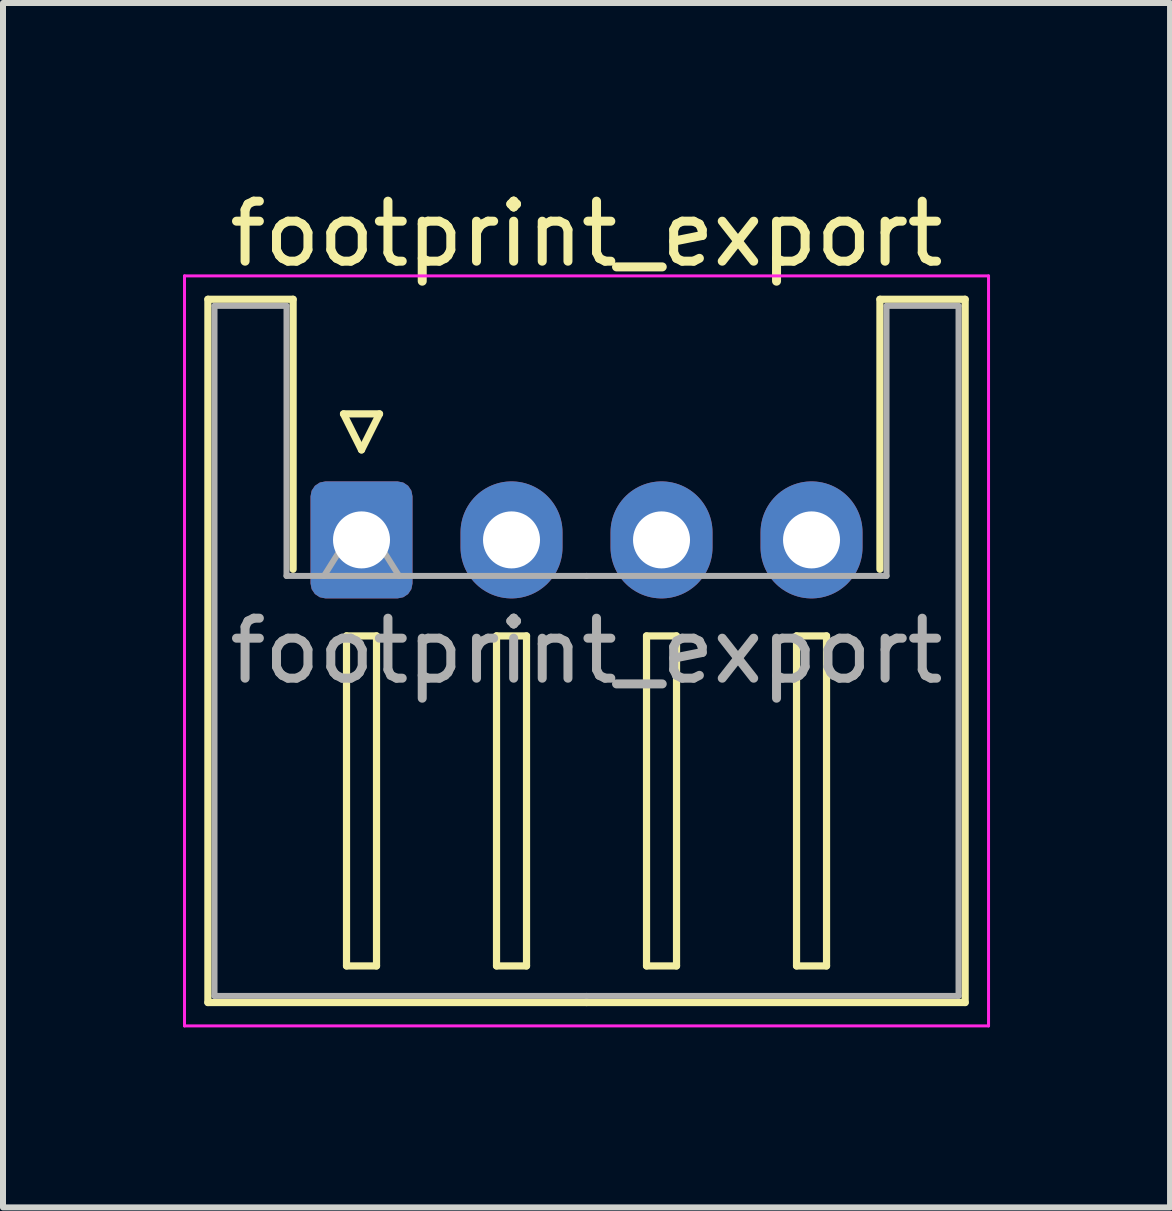
<source format=kicad_pcb>
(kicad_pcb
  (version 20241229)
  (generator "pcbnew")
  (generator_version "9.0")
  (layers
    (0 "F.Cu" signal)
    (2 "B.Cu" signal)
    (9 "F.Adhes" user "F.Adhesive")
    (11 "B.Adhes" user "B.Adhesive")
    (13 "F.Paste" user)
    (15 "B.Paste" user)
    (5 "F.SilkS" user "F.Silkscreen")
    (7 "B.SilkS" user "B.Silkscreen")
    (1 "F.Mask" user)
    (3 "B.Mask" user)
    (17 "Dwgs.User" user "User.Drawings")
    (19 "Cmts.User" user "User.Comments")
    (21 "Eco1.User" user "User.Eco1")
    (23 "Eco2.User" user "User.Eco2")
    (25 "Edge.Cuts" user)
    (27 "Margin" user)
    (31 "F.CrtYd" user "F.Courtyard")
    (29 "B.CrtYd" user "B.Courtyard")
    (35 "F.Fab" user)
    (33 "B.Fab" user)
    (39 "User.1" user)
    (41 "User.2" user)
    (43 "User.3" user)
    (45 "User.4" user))
  (footprint "footprint_export"
    (layer "F.Cu")
    (at 2.975 5.948)
    (property "Reference" "footprint_export" (at 3.75 -5.1 0) (layer "F.SilkS") (effects (font (size 1 1) (thickness 0.15))))
    (attr through_hole)
    (fp_line (start -2.56 -4.01) (end -1.14 -4.01) (stroke (width 0.12) (type solid)) (layer "F.SilkS"))
    (fp_line (start -2.56 7.71) (end -2.56 -4.01) (stroke (width 0.12) (type solid)) (layer "F.SilkS"))
    (fp_line (start -1.14 -4.01) (end -1.14 0.49) (stroke (width 0.12) (type solid)) (layer "F.SilkS"))
    (fp_line (start -0.3 -2.1) (end 0.3 -2.1) (stroke (width 0.12) (type solid)) (layer "F.SilkS"))
    (fp_line (start -0.25 1.6) (end -0.25 7.1) (stroke (width 0.12) (type solid)) (layer "F.SilkS"))
    (fp_line (start -0.25 7.1) (end 0.25 7.1) (stroke (width 0.12) (type solid)) (layer "F.SilkS"))
    (fp_line (start 0 -1.5) (end -0.3 -2.1) (stroke (width 0.12) (type solid)) (layer "F.SilkS"))
    (fp_line (start 0.25 1.6) (end -0.25 1.6) (stroke (width 0.12) (type solid)) (layer "F.SilkS"))
    (fp_line (start 0.25 7.1) (end 0.25 1.6) (stroke (width 0.12) (type solid)) (layer "F.SilkS"))
    (fp_line (start 0.3 -2.1) (end 0 -1.5) (stroke (width 0.12) (type solid)) (layer "F.SilkS"))
    (fp_line (start 2.25 1.6) (end 2.25 7.1) (stroke (width 0.12) (type solid)) (layer "F.SilkS"))
    (fp_line (start 2.25 7.1) (end 2.75 7.1) (stroke (width 0.12) (type solid)) (layer "F.SilkS"))
    (fp_line (start 2.75 1.6) (end 2.25 1.6) (stroke (width 0.12) (type solid)) (layer "F.SilkS"))
    (fp_line (start 2.75 7.1) (end 2.75 1.6) (stroke (width 0.12) (type solid)) (layer "F.SilkS"))
    (fp_line (start 3.75 7.71) (end -2.56 7.71) (stroke (width 0.12) (type solid)) (layer "F.SilkS"))
    (fp_line (start 3.75 7.71) (end 10.06 7.71) (stroke (width 0.12) (type solid)) (layer "F.SilkS"))
    (fp_line (start 4.75 1.6) (end 4.75 7.1) (stroke (width 0.12) (type solid)) (layer "F.SilkS"))
    (fp_line (start 4.75 7.1) (end 5.25 7.1) (stroke (width 0.12) (type solid)) (layer "F.SilkS"))
    (fp_line (start 5.25 1.6) (end 4.75 1.6) (stroke (width 0.12) (type solid)) (layer "F.SilkS"))
    (fp_line (start 5.25 7.1) (end 5.25 1.6) (stroke (width 0.12) (type solid)) (layer "F.SilkS"))
    (fp_line (start 7.25 1.6) (end 7.25 7.1) (stroke (width 0.12) (type solid)) (layer "F.SilkS"))
    (fp_line (start 7.25 7.1) (end 7.75 7.1) (stroke (width 0.12) (type solid)) (layer "F.SilkS"))
    (fp_line (start 7.75 1.6) (end 7.25 1.6) (stroke (width 0.12) (type solid)) (layer "F.SilkS"))
    (fp_line (start 7.75 7.1) (end 7.75 1.6) (stroke (width 0.12) (type solid)) (layer "F.SilkS"))
    (fp_line (start 8.64 -4.01) (end 8.64 0.49) (stroke (width 0.12) (type solid)) (layer "F.SilkS"))
    (fp_line (start 10.06 -4.01) (end 8.64 -4.01) (stroke (width 0.12) (type solid)) (layer "F.SilkS"))
    (fp_line (start 10.06 7.71) (end 10.06 -4.01) (stroke (width 0.12) (type solid)) (layer "F.SilkS"))
    (fp_line (start -2.95 -4.4) (end -2.95 8.1) (stroke (width 0.05) (type solid)) (layer "F.CrtYd"))
    (fp_line (start -2.95 8.1) (end 10.45 8.1) (stroke (width 0.05) (type solid)) (layer "F.CrtYd"))
    (fp_line (start 10.45 -4.4) (end -2.95 -4.4) (stroke (width 0.05) (type solid)) (layer "F.CrtYd"))
    (fp_line (start 10.45 8.1) (end 10.45 -4.4) (stroke (width 0.05) (type solid)) (layer "F.CrtYd"))
    (fp_line (start -2.45 -3.9) (end -1.25 -3.9) (stroke (width 0.1) (type solid)) (layer "F.Fab"))
    (fp_line (start -2.45 7.6) (end -2.45 -3.9) (stroke (width 0.1) (type solid)) (layer "F.Fab"))
    (fp_line (start -1.25 -3.9) (end -1.25 0.6) (stroke (width 0.1) (type solid)) (layer "F.Fab"))
    (fp_line (start -1.25 0.6) (end 3.75 0.6) (stroke (width 0.1) (type solid)) (layer "F.Fab"))
    (fp_line (start -0.625 0.6) (end 0 -0.4) (stroke (width 0.1) (type solid)) (layer "F.Fab"))
    (fp_line (start 0 -0.4) (end 0.625 0.6) (stroke (width 0.1) (type solid)) (layer "F.Fab"))
    (fp_line (start 3.75 7.6) (end -2.45 7.6) (stroke (width 0.1) (type solid)) (layer "F.Fab"))
    (fp_line (start 3.75 7.6) (end 9.95 7.6) (stroke (width 0.1) (type solid)) (layer "F.Fab"))
    (fp_line (start 8.75 -3.9) (end 8.75 0.6) (stroke (width 0.1) (type solid)) (layer "F.Fab"))
    (fp_line (start 8.75 0.6) (end 3.75 0.6) (stroke (width 0.1) (type solid)) (layer "F.Fab"))
    (fp_line (start 9.95 -3.9) (end 8.75 -3.9) (stroke (width 0.1) (type solid)) (layer "F.Fab"))
    (fp_line (start 9.95 7.6) (end 9.95 -3.9) (stroke (width 0.1) (type solid)) (layer "F.Fab"))
    (fp_text user "${REFERENCE}" (at 3.75 1.85 0) (layer "F.Fab") (effects (font (size 1 1) (thickness 0.15))))
    (pad "1" thru_hole roundrect (at 0 0) (size 1.7 1.95) (drill 0.95) (layers "*.Cu" "*.Mask") (roundrect_rratio 0.147))
    (pad "2" thru_hole oval (at 2.5 0) (size 1.7 1.95) (drill 0.95) (layers "*.Cu" "*.Mask"))
    (pad "3" thru_hole oval (at 5 0) (size 1.7 1.95) (drill 0.95) (layers "*.Cu" "*.Mask"))
    (pad "4" thru_hole oval (at 7.5 0) (size 1.7 1.95) (drill 0.95) (layers "*.Cu" "*.Mask")))
  (gr_rect
    (start -3 -3)
    (end 16.45 17.073)
    (stroke (width 0.1) (type default))
    (fill no)
    (layer "Edge.Cuts")))
</source>
